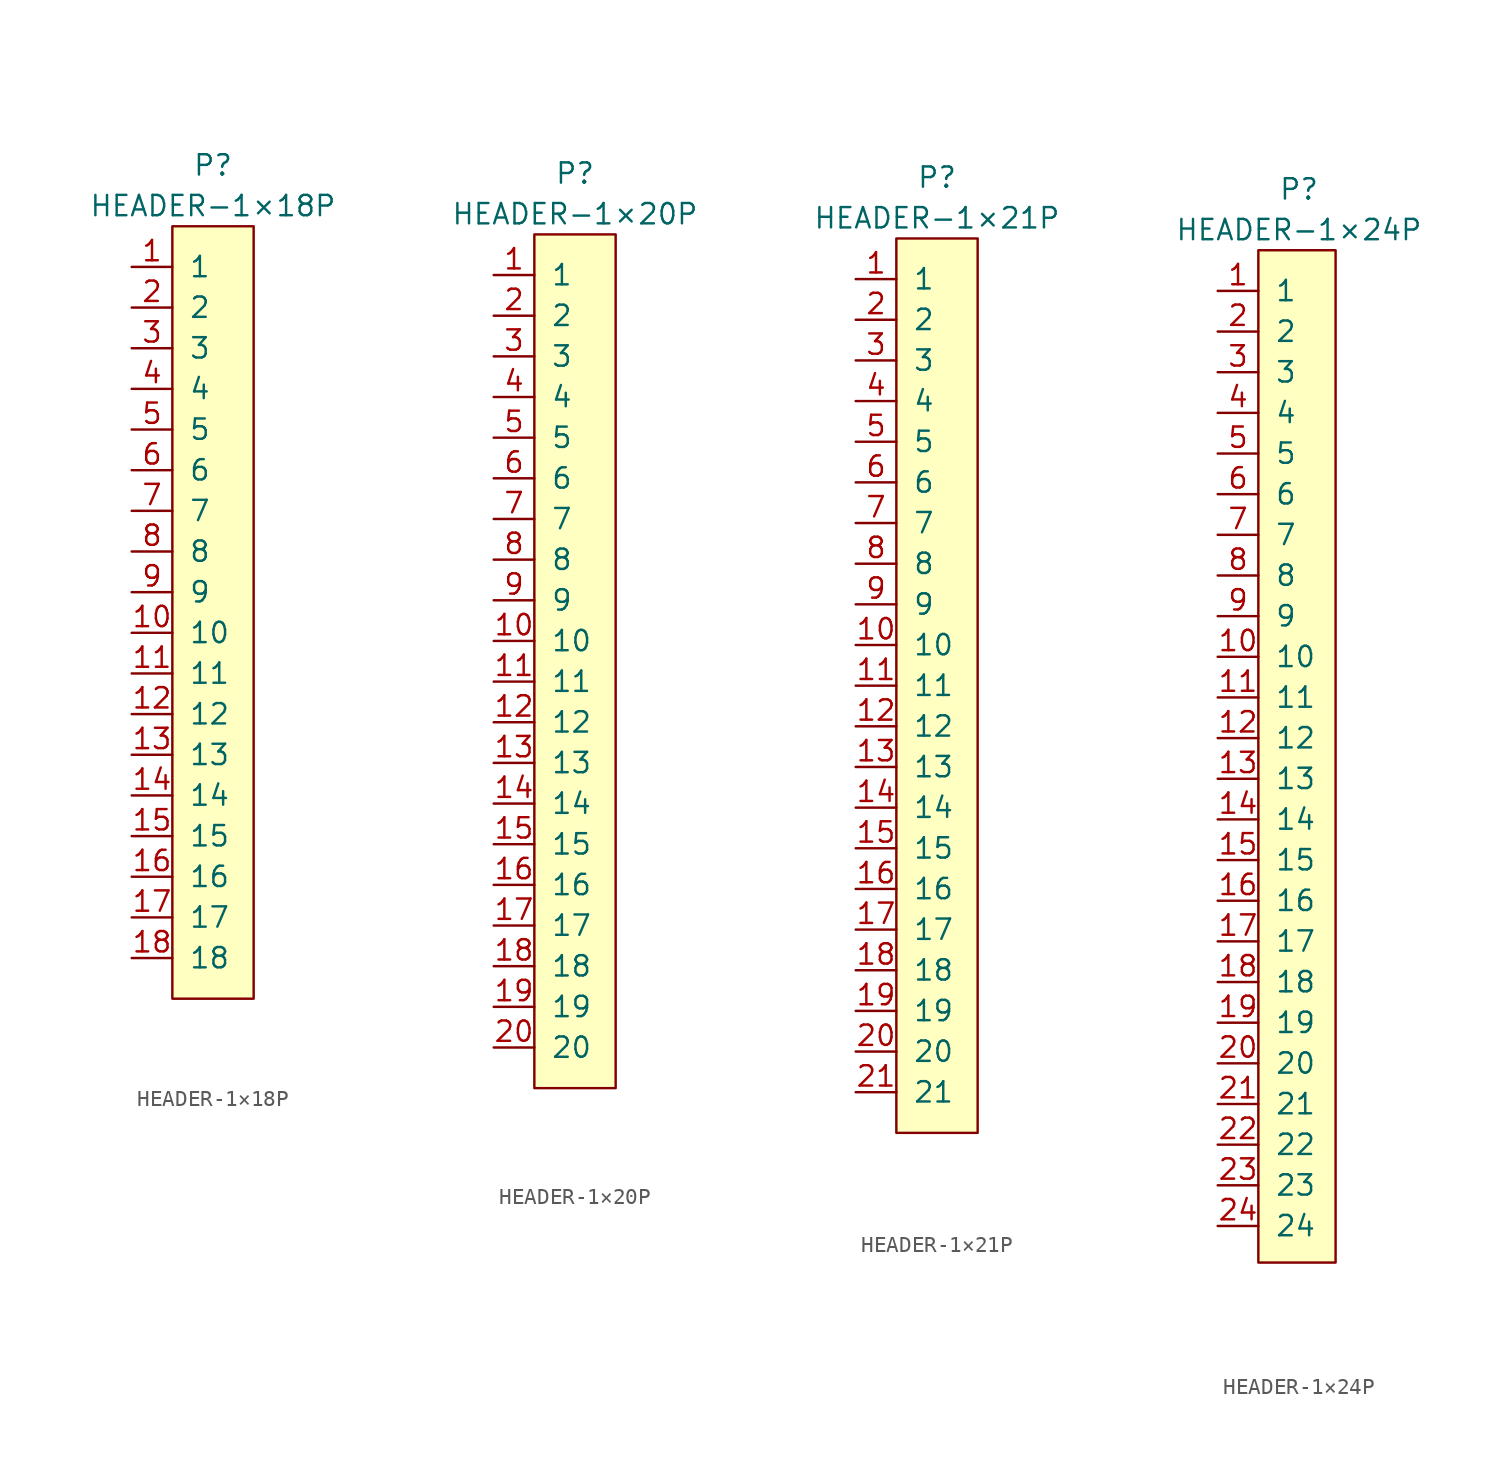
<source format=kicad_sym>
(kicad_symbol_lib
  (version 20231120)
  (generator "kicad_symbol_editor")
  (generator_version "8.0")
  (symbol "HEADER-1×18P"
    (pin_names
      (offset 1.016))
    (property "Reference" "P"
      (at 0 27.94 0)
      (effects (font (size 1.27 1.27))))
    (property "Value" "HEADER-1×18P"
      (at 0 25.4 0)
      (effects (font (size 1.27 1.27))))
    (symbol "HEADER-1×18P_0_1"
      (rectangle (start -2.54 24.13) (end 2.54 -24.13) (stroke (width 0) (type default)) (fill (type background))))
    (symbol "HEADER-1×18P_1_1"
      (pin passive line (at -5.08 21.59 0) (length 2.54) (name "1" (effects (font (size 1.27 1.27)))) (number "1" (effects (font (size 1.27 1.27)))))
      (pin passive line (at -5.08 -1.27 0) (length 2.54) (name "10" (effects (font (size 1.27 1.27)))) (number "10" (effects (font (size 1.27 1.27)))))
      (pin passive line (at -5.08 -3.81 0) (length 2.54) (name "11" (effects (font (size 1.27 1.27)))) (number "11" (effects (font (size 1.27 1.27)))))
      (pin passive line (at -5.08 -6.35 0) (length 2.54) (name "12" (effects (font (size 1.27 1.27)))) (number "12" (effects (font (size 1.27 1.27)))))
      (pin passive line (at -5.08 -8.89 0) (length 2.54) (name "13" (effects (font (size 1.27 1.27)))) (number "13" (effects (font (size 1.27 1.27)))))
      (pin passive line (at -5.08 -11.43 0) (length 2.54) (name "14" (effects (font (size 1.27 1.27)))) (number "14" (effects (font (size 1.27 1.27)))))
      (pin passive line (at -5.08 -13.97 0) (length 2.54) (name "15" (effects (font (size 1.27 1.27)))) (number "15" (effects (font (size 1.27 1.27)))))
      (pin passive line (at -5.08 -16.51 0) (length 2.54) (name "16" (effects (font (size 1.27 1.27)))) (number "16" (effects (font (size 1.27 1.27)))))
      (pin passive line (at -5.08 -19.05 0) (length 2.54) (name "17" (effects (font (size 1.27 1.27)))) (number "17" (effects (font (size 1.27 1.27)))))
      (pin passive line (at -5.08 -21.59 0) (length 2.54) (name "18" (effects (font (size 1.27 1.27)))) (number "18" (effects (font (size 1.27 1.27)))))
      (pin passive line (at -5.08 19.05 0) (length 2.54) (name "2" (effects (font (size 1.27 1.27)))) (number "2" (effects (font (size 1.27 1.27)))))
      (pin passive line (at -5.08 16.51 0) (length 2.54) (name "3" (effects (font (size 1.27 1.27)))) (number "3" (effects (font (size 1.27 1.27)))))
      (pin passive line (at -5.08 13.97 0) (length 2.54) (name "4" (effects (font (size 1.27 1.27)))) (number "4" (effects (font (size 1.27 1.27)))))
      (pin passive line (at -5.08 11.43 0) (length 2.54) (name "5" (effects (font (size 1.27 1.27)))) (number "5" (effects (font (size 1.27 1.27)))))
      (pin passive line (at -5.08 8.89 0) (length 2.54) (name "6" (effects (font (size 1.27 1.27)))) (number "6" (effects (font (size 1.27 1.27)))))
      (pin passive line (at -5.08 6.35 0) (length 2.54) (name "7" (effects (font (size 1.27 1.27)))) (number "7" (effects (font (size 1.27 1.27)))))
      (pin passive line (at -5.08 3.81 0) (length 2.54) (name "8" (effects (font (size 1.27 1.27)))) (number "8" (effects (font (size 1.27 1.27)))))
      (pin passive line (at -5.08 1.27 0) (length 2.54) (name "9" (effects (font (size 1.27 1.27)))) (number "9" (effects (font (size 1.27 1.27)))))))
  (symbol "HEADER-1×20P"
    (pin_names
      (offset 1.016))
    (property "Reference" "P"
      (at 0 30.48 0)
      (effects (font (size 1.27 1.27))))
    (property "Value" "HEADER-1×20P"
      (at 0 27.94 0)
      (effects (font (size 1.27 1.27))))
    (symbol "HEADER-1×20P_0_1"
      (rectangle (start -2.54 26.67) (end 2.54 -26.67) (stroke (width 0) (type default)) (fill (type background))))
    (symbol "HEADER-1×20P_1_1"
      (pin passive line (at -5.08 24.13 0) (length 2.54) (name "1" (effects (font (size 1.27 1.27)))) (number "1" (effects (font (size 1.27 1.27)))))
      (pin passive line (at -5.08 1.27 0) (length 2.54) (name "10" (effects (font (size 1.27 1.27)))) (number "10" (effects (font (size 1.27 1.27)))))
      (pin passive line (at -5.08 -1.27 0) (length 2.54) (name "11" (effects (font (size 1.27 1.27)))) (number "11" (effects (font (size 1.27 1.27)))))
      (pin passive line (at -5.08 -3.81 0) (length 2.54) (name "12" (effects (font (size 1.27 1.27)))) (number "12" (effects (font (size 1.27 1.27)))))
      (pin passive line (at -5.08 -6.35 0) (length 2.54) (name "13" (effects (font (size 1.27 1.27)))) (number "13" (effects (font (size 1.27 1.27)))))
      (pin passive line (at -5.08 -8.89 0) (length 2.54) (name "14" (effects (font (size 1.27 1.27)))) (number "14" (effects (font (size 1.27 1.27)))))
      (pin passive line (at -5.08 -11.43 0) (length 2.54) (name "15" (effects (font (size 1.27 1.27)))) (number "15" (effects (font (size 1.27 1.27)))))
      (pin passive line (at -5.08 -13.97 0) (length 2.54) (name "16" (effects (font (size 1.27 1.27)))) (number "16" (effects (font (size 1.27 1.27)))))
      (pin passive line (at -5.08 -16.51 0) (length 2.54) (name "17" (effects (font (size 1.27 1.27)))) (number "17" (effects (font (size 1.27 1.27)))))
      (pin passive line (at -5.08 -19.05 0) (length 2.54) (name "18" (effects (font (size 1.27 1.27)))) (number "18" (effects (font (size 1.27 1.27)))))
      (pin passive line (at -5.08 -21.59 0) (length 2.54) (name "19" (effects (font (size 1.27 1.27)))) (number "19" (effects (font (size 1.27 1.27)))))
      (pin passive line (at -5.08 21.59 0) (length 2.54) (name "2" (effects (font (size 1.27 1.27)))) (number "2" (effects (font (size 1.27 1.27)))))
      (pin passive line (at -5.08 -24.13 0) (length 2.54) (name "20" (effects (font (size 1.27 1.27)))) (number "20" (effects (font (size 1.27 1.27)))))
      (pin passive line (at -5.08 19.05 0) (length 2.54) (name "3" (effects (font (size 1.27 1.27)))) (number "3" (effects (font (size 1.27 1.27)))))
      (pin passive line (at -5.08 16.51 0) (length 2.54) (name "4" (effects (font (size 1.27 1.27)))) (number "4" (effects (font (size 1.27 1.27)))))
      (pin passive line (at -5.08 13.97 0) (length 2.54) (name "5" (effects (font (size 1.27 1.27)))) (number "5" (effects (font (size 1.27 1.27)))))
      (pin passive line (at -5.08 11.43 0) (length 2.54) (name "6" (effects (font (size 1.27 1.27)))) (number "6" (effects (font (size 1.27 1.27)))))
      (pin passive line (at -5.08 8.89 0) (length 2.54) (name "7" (effects (font (size 1.27 1.27)))) (number "7" (effects (font (size 1.27 1.27)))))
      (pin passive line (at -5.08 6.35 0) (length 2.54) (name "8" (effects (font (size 1.27 1.27)))) (number "8" (effects (font (size 1.27 1.27)))))
      (pin passive line (at -5.08 3.81 0) (length 2.54) (name "9" (effects (font (size 1.27 1.27)))) (number "9" (effects (font (size 1.27 1.27)))))))
  (symbol "HEADER-1×21P"
    (pin_names
      (offset 1.016))
    (property "Reference" "P"
      (at 0 31.75 0)
      (effects (font (size 1.27 1.27))))
    (property "Value" "HEADER-1×21P"
      (at 0 29.21 0)
      (effects (font (size 1.27 1.27))))
    (symbol "HEADER-1×21P_0_1"
      (rectangle (start -2.54 27.94) (end 2.54 -27.94) (stroke (width 0) (type default)) (fill (type background))))
    (symbol "HEADER-1×21P_1_1"
      (pin passive line (at -5.08 25.4 0) (length 2.54) (name "1" (effects (font (size 1.27 1.27)))) (number "1" (effects (font (size 1.27 1.27)))))
      (pin passive line (at -5.08 2.54 0) (length 2.54) (name "10" (effects (font (size 1.27 1.27)))) (number "10" (effects (font (size 1.27 1.27)))))
      (pin passive line (at -5.08 0 0) (length 2.54) (name "11" (effects (font (size 1.27 1.27)))) (number "11" (effects (font (size 1.27 1.27)))))
      (pin passive line (at -5.08 -2.54 0) (length 2.54) (name "12" (effects (font (size 1.27 1.27)))) (number "12" (effects (font (size 1.27 1.27)))))
      (pin passive line (at -5.08 -5.08 0) (length 2.54) (name "13" (effects (font (size 1.27 1.27)))) (number "13" (effects (font (size 1.27 1.27)))))
      (pin passive line (at -5.08 -7.62 0) (length 2.54) (name "14" (effects (font (size 1.27 1.27)))) (number "14" (effects (font (size 1.27 1.27)))))
      (pin passive line (at -5.08 -10.16 0) (length 2.54) (name "15" (effects (font (size 1.27 1.27)))) (number "15" (effects (font (size 1.27 1.27)))))
      (pin passive line (at -5.08 -12.7 0) (length 2.54) (name "16" (effects (font (size 1.27 1.27)))) (number "16" (effects (font (size 1.27 1.27)))))
      (pin passive line (at -5.08 -15.24 0) (length 2.54) (name "17" (effects (font (size 1.27 1.27)))) (number "17" (effects (font (size 1.27 1.27)))))
      (pin passive line (at -5.08 -17.78 0) (length 2.54) (name "18" (effects (font (size 1.27 1.27)))) (number "18" (effects (font (size 1.27 1.27)))))
      (pin passive line (at -5.08 -20.32 0) (length 2.54) (name "19" (effects (font (size 1.27 1.27)))) (number "19" (effects (font (size 1.27 1.27)))))
      (pin passive line (at -5.08 22.86 0) (length 2.54) (name "2" (effects (font (size 1.27 1.27)))) (number "2" (effects (font (size 1.27 1.27)))))
      (pin passive line (at -5.08 -22.86 0) (length 2.54) (name "20" (effects (font (size 1.27 1.27)))) (number "20" (effects (font (size 1.27 1.27)))))
      (pin passive line (at -5.08 -25.4 0) (length 2.54) (name "21" (effects (font (size 1.27 1.27)))) (number "21" (effects (font (size 1.27 1.27)))))
      (pin passive line (at -5.08 20.32 0) (length 2.54) (name "3" (effects (font (size 1.27 1.27)))) (number "3" (effects (font (size 1.27 1.27)))))
      (pin passive line (at -5.08 17.78 0) (length 2.54) (name "4" (effects (font (size 1.27 1.27)))) (number "4" (effects (font (size 1.27 1.27)))))
      (pin passive line (at -5.08 15.24 0) (length 2.54) (name "5" (effects (font (size 1.27 1.27)))) (number "5" (effects (font (size 1.27 1.27)))))
      (pin passive line (at -5.08 12.7 0) (length 2.54) (name "6" (effects (font (size 1.27 1.27)))) (number "6" (effects (font (size 1.27 1.27)))))
      (pin passive line (at -5.08 10.16 0) (length 2.54) (name "7" (effects (font (size 1.27 1.27)))) (number "7" (effects (font (size 1.27 1.27)))))
      (pin passive line (at -5.08 7.62 0) (length 2.54) (name "8" (effects (font (size 1.27 1.27)))) (number "8" (effects (font (size 1.27 1.27)))))
      (pin passive line (at -5.08 5.08 0) (length 2.54) (name "9" (effects (font (size 1.27 1.27)))) (number "9" (effects (font (size 1.27 1.27)))))))
  (symbol "HEADER-1×24P"
    (pin_names
      (offset 1.016))
    (property "Reference" "P"
      (at 0 35.56 0)
      (effects (font (size 1.27 1.27))))
    (property "Value" "HEADER-1×24P"
      (at 0 33.02 0)
      (effects (font (size 1.27 1.27))))
    (symbol "HEADER-1×24P_0_1"
      (rectangle (start -2.54 31.75) (end 2.286 -31.496) (stroke (width 0) (type default)) (fill (type background))))
    (symbol "HEADER-1×24P_1_1"
      (pin passive line (at -5.08 29.21 0) (length 2.54) (name "1" (effects (font (size 1.27 1.27)))) (number "1" (effects (font (size 1.27 1.27)))))
      (pin passive line (at -5.08 6.35 0) (length 2.54) (name "10" (effects (font (size 1.27 1.27)))) (number "10" (effects (font (size 1.27 1.27)))))
      (pin passive line (at -5.08 3.81 0) (length 2.54) (name "11" (effects (font (size 1.27 1.27)))) (number "11" (effects (font (size 1.27 1.27)))))
      (pin passive line (at -5.08 1.27 0) (length 2.54) (name "12" (effects (font (size 1.27 1.27)))) (number "12" (effects (font (size 1.27 1.27)))))
      (pin passive line (at -5.08 -1.27 0) (length 2.54) (name "13" (effects (font (size 1.27 1.27)))) (number "13" (effects (font (size 1.27 1.27)))))
      (pin passive line (at -5.08 -3.81 0) (length 2.54) (name "14" (effects (font (size 1.27 1.27)))) (number "14" (effects (font (size 1.27 1.27)))))
      (pin passive line (at -5.08 -6.35 0) (length 2.54) (name "15" (effects (font (size 1.27 1.27)))) (number "15" (effects (font (size 1.27 1.27)))))
      (pin passive line (at -5.08 -8.89 0) (length 2.54) (name "16" (effects (font (size 1.27 1.27)))) (number "16" (effects (font (size 1.27 1.27)))))
      (pin passive line (at -5.08 -11.43 0) (length 2.54) (name "17" (effects (font (size 1.27 1.27)))) (number "17" (effects (font (size 1.27 1.27)))))
      (pin passive line (at -5.08 -13.97 0) (length 2.54) (name "18" (effects (font (size 1.27 1.27)))) (number "18" (effects (font (size 1.27 1.27)))))
      (pin passive line (at -5.08 -16.51 0) (length 2.54) (name "19" (effects (font (size 1.27 1.27)))) (number "19" (effects (font (size 1.27 1.27)))))
      (pin passive line (at -5.08 26.67 0) (length 2.54) (name "2" (effects (font (size 1.27 1.27)))) (number "2" (effects (font (size 1.27 1.27)))))
      (pin passive line (at -5.08 -19.05 0) (length 2.54) (name "20" (effects (font (size 1.27 1.27)))) (number "20" (effects (font (size 1.27 1.27)))))
      (pin passive line (at -5.08 -21.59 0) (length 2.54) (name "21" (effects (font (size 1.27 1.27)))) (number "21" (effects (font (size 1.27 1.27)))))
      (pin passive line (at -5.08 -24.13 0) (length 2.54) (name "22" (effects (font (size 1.27 1.27)))) (number "22" (effects (font (size 1.27 1.27)))))
      (pin passive line (at -5.08 -26.67 0) (length 2.54) (name "23" (effects (font (size 1.27 1.27)))) (number "23" (effects (font (size 1.27 1.27)))))
      (pin passive line (at -5.08 -29.21 0) (length 2.54) (name "24" (effects (font (size 1.27 1.27)))) (number "24" (effects (font (size 1.27 1.27)))))
      (pin passive line (at -5.08 24.13 0) (length 2.54) (name "3" (effects (font (size 1.27 1.27)))) (number "3" (effects (font (size 1.27 1.27)))))
      (pin passive line (at -5.08 21.59 0) (length 2.54) (name "4" (effects (font (size 1.27 1.27)))) (number "4" (effects (font (size 1.27 1.27)))))
      (pin passive line (at -5.08 19.05 0) (length 2.54) (name "5" (effects (font (size 1.27 1.27)))) (number "5" (effects (font (size 1.27 1.27)))))
      (pin passive line (at -5.08 16.51 0) (length 2.54) (name "6" (effects (font (size 1.27 1.27)))) (number "6" (effects (font (size 1.27 1.27)))))
      (pin passive line (at -5.08 13.97 0) (length 2.54) (name "7" (effects (font (size 1.27 1.27)))) (number "7" (effects (font (size 1.27 1.27)))))
      (pin passive line (at -5.08 11.43 0) (length 2.54) (name "8" (effects (font (size 1.27 1.27)))) (number "8" (effects (font (size 1.27 1.27)))))
      (pin passive line (at -5.08 8.89 0) (length 2.54) (name "9" (effects (font (size 1.27 1.27)))) (number "9" (effects (font (size 1.27 1.27))))))))
</source>
